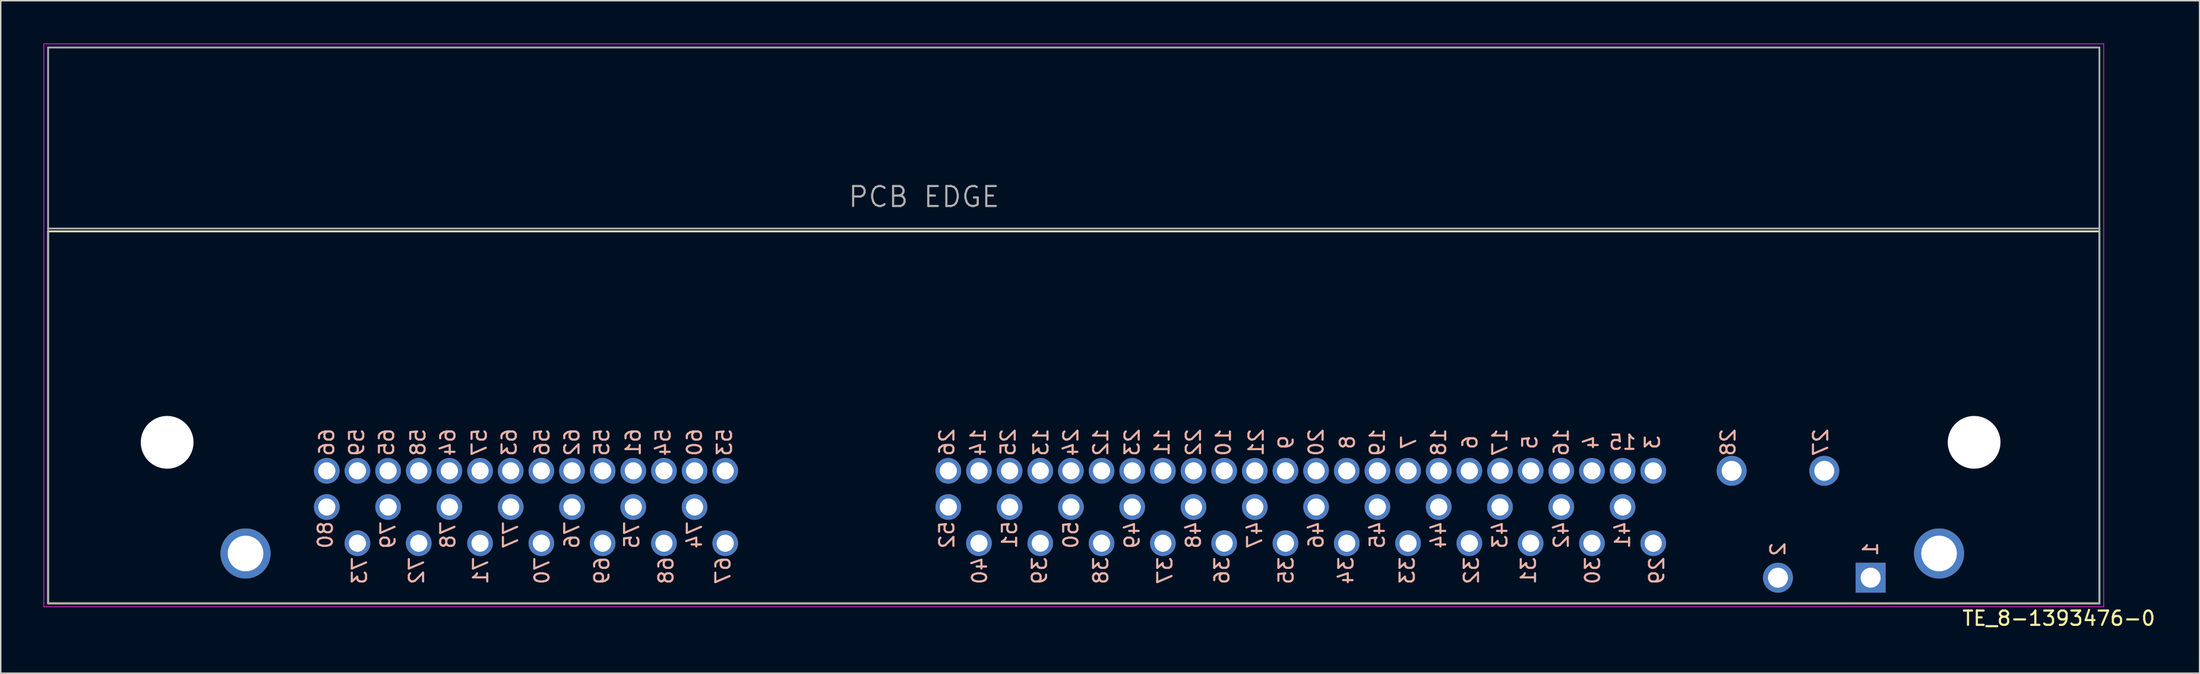
<source format=kicad_pcb>
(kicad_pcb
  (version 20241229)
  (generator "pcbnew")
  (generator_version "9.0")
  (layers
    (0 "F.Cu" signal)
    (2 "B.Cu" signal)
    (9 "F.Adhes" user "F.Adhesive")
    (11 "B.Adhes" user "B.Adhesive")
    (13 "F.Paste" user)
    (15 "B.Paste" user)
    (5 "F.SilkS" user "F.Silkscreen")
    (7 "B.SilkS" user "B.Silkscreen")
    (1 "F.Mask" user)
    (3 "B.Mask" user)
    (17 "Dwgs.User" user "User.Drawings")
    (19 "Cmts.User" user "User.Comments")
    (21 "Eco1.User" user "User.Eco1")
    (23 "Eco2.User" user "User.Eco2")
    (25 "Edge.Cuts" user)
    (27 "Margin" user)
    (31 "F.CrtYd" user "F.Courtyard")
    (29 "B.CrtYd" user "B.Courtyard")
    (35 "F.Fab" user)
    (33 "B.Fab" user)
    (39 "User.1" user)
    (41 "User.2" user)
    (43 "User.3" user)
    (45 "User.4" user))
  (footprint "TE_8-1393476-0"
    (layer "F.Cu")
    (at 128.175 37.485)
    (property "Reference" "TE_8-1393476-0" (at 13.2 2.85 180) (layer "F.SilkS") (effects (font (size 1.002 1.002) (thickness 0.15))))
    (attr through_hole)
    (fp_line (start -127.85 -24.3) (end -127.85 1.8) (stroke (width 0.127) (type solid)) (layer "F.SilkS"))
    (fp_line (start -127.85 1.8) (end 16.05 1.8) (stroke (width 0.127) (type solid)) (layer "F.SilkS"))
    (fp_line (start 16.05 -24.3) (end -127.85 -24.3) (stroke (width 0.127) (type solid)) (layer "F.SilkS"))
    (fp_line (start 16.05 1.8) (end 16.05 -24.3) (stroke (width 0.127) (type solid)) (layer "F.SilkS"))
    (fp_line (start -128.15 -37.46) (end -128.15 2.04) (stroke (width 0.05) (type solid)) (layer "F.CrtYd"))
    (fp_line (start -128.15 2.04) (end 16.35 2.04) (stroke (width 0.05) (type solid)) (layer "F.CrtYd"))
    (fp_line (start 16.35 -37.46) (end -128.15 -37.46) (stroke (width 0.05) (type solid)) (layer "F.CrtYd"))
    (fp_line (start 16.35 2.04) (end 16.35 -37.46) (stroke (width 0.05) (type solid)) (layer "F.CrtYd"))
    (fp_line (start -127.85 -37.2) (end -127.85 -24.5) (stroke (width 0.127) (type solid)) (layer "F.Fab"))
    (fp_line (start -127.85 -24.5) (end -127.85 1.8) (stroke (width 0.127) (type solid)) (layer "F.Fab"))
    (fp_line (start -127.85 1.8) (end 16.05 1.8) (stroke (width 0.127) (type solid)) (layer "F.Fab"))
    (fp_line (start 16.05 -37.2) (end -127.85 -37.2) (stroke (width 0.127) (type solid)) (layer "F.Fab"))
    (fp_line (start 16.05 -24.5) (end -127.85 -24.5) (stroke (width 0.127) (type solid)) (layer "F.Fab"))
    (fp_line (start 16.05 -24.5) (end 16.05 -37.2) (stroke (width 0.127) (type solid)) (layer "F.Fab"))
    (fp_line (start 16.05 1.8) (end 16.05 -24.5) (stroke (width 0.127) (type solid)) (layer "F.Fab"))
    (fp_text user "25" (at -60.5 -9.5 90) (unlocked yes) (layer "B.SilkS") (effects (font (size 1 1) (thickness 0.15)) (justify mirror)))
    (fp_text user "38" (at -54 -0.5 90) (unlocked yes) (layer "B.SilkS") (effects (font (size 1 1) (thickness 0.15)) (justify mirror)))
    (fp_text user "14" (at -62.6 -9.5 90) (unlocked yes) (layer "B.SilkS") (effects (font (size 1 1) (thickness 0.15)) (justify mirror)))
    (fp_text user "5" (at -23.9 -9.5 90) (unlocked yes) (layer "B.SilkS") (effects (font (size 1 1) (thickness 0.15)) (justify mirror)))
    (fp_text user "65" (at -104.1 -9.5 90) (unlocked yes) (layer "B.SilkS") (effects (font (size 1 1) (thickness 0.15)) (justify mirror)))
    (fp_text user "36" (at -45.5 -0.5 90) (unlocked yes) (layer "B.SilkS") (effects (font (size 1 1) (thickness 0.15)) (justify mirror)))
    (fp_text user "54" (at -84.7 -9.5 90) (unlocked yes) (layer "B.SilkS") (effects (font (size 1 1) (thickness 0.15)) (justify mirror)))
    (fp_text user "4" (at -19.6 -9.5 90) (unlocked yes) (layer "B.SilkS") (effects (font (size 1 1) (thickness 0.15)) (justify mirror)))
    (fp_text user "23" (at -51.8 -9.5 90) (unlocked yes) (layer "B.SilkS") (effects (font (size 1 1) (thickness 0.15)) (justify mirror)))
    (fp_text user "2" (at -6.5 -2 90) (unlocked yes) (layer "B.SilkS") (effects (font (size 1 1) (thickness 0.15)) (justify mirror)))
    (fp_text user "61" (at -86.8 -9.5 90) (unlocked yes) (layer "B.SilkS") (effects (font (size 1 1) (thickness 0.15)) (justify mirror)))
    (fp_text user "11" (at -49.7 -9.5 90) (unlocked yes) (layer "B.SilkS") (effects (font (size 1 1) (thickness 0.15)) (justify mirror)))
    (fp_text user "1" (at 0 -2 90) (unlocked yes) (layer "B.SilkS") (effects (font (size 1 1) (thickness 0.15)) (justify mirror)))
    (fp_text user "43" (at -26 -3 90) (unlocked yes) (layer "B.SilkS") (effects (font (size 1 1) (thickness 0.15)) (justify mirror)))
    (fp_text user "76" (at -91.1 -3 90) (unlocked yes) (layer "B.SilkS") (effects (font (size 1 1) (thickness 0.15)) (justify mirror)))
    (fp_text user "46" (at -38.9 -3 90) (unlocked yes) (layer "B.SilkS") (effects (font (size 1 1) (thickness 0.15)) (justify mirror)))
    (fp_text user "19" (at -34.6 -9.5 90) (unlocked yes) (layer "B.SilkS") (effects (font (size 1 1) (thickness 0.15)) (justify mirror)))
    (fp_text user "77" (at -95.4 -3 90) (unlocked yes) (layer "B.SilkS") (effects (font (size 1 1) (thickness 0.15)) (justify mirror)))
    (fp_text user "33" (at -32.5 -0.5 90) (unlocked yes) (layer "B.SilkS") (effects (font (size 1 1) (thickness 0.15)) (justify mirror)))
    (fp_text user "10" (at -45.4 -9.5 90) (unlocked yes) (layer "B.SilkS") (effects (font (size 1 1) (thickness 0.15)) (justify mirror)))
    (fp_text user "55" (at -89 -9.5 90) (unlocked yes) (layer "B.SilkS") (effects (font (size 1 1) (thickness 0.15)) (justify mirror)))
    (fp_text user "3" (at -15.3 -9.5 90) (unlocked yes) (layer "B.SilkS") (effects (font (size 1 1) (thickness 0.15)) (justify mirror)))
    (fp_text user "24" (at -56.1 -9.5 90) (unlocked yes) (layer "B.SilkS") (effects (font (size 1 1) (thickness 0.15)) (justify mirror)))
    (fp_text user "26" (at -64.8 -9.5 90) (unlocked yes) (layer "B.SilkS") (effects (font (size 1 1) (thickness 0.15)) (justify mirror)))
    (fp_text user "57" (at -97.6 -9.5 90) (unlocked yes) (layer "B.SilkS") (effects (font (size 1 1) (thickness 0.15)) (justify mirror)))
    (fp_text user "35" (at -41 -0.5 90) (unlocked yes) (layer "B.SilkS") (effects (font (size 1 1) (thickness 0.15)) (justify mirror)))
    (fp_text user "52" (at -64.8 -3 90) (unlocked yes) (layer "B.SilkS") (effects (font (size 1 1) (thickness 0.15)) (justify mirror)))
    (fp_text user "73" (at -106 -0.5 90) (unlocked yes) (layer "B.SilkS") (effects (font (size 1 1) (thickness 0.15)) (justify mirror)))
    (fp_text user "53" (at -80.4 -9.5 90) (unlocked yes) (layer "B.SilkS") (effects (font (size 1 1) (thickness 0.15)) (justify mirror)))
    (fp_text user "30" (at -19.5 -0.5 90) (unlocked yes) (layer "B.SilkS") (effects (font (size 1 1) (thickness 0.15)) (justify mirror)))
    (fp_text user "67" (at -80.5 -0.5 90) (unlocked yes) (layer "B.SilkS") (effects (font (size 1 1) (thickness 0.15)) (justify mirror)))
    (fp_text user "69" (at -89 -0.5 90) (unlocked yes) (layer "B.SilkS") (effects (font (size 1 1) (thickness 0.15)) (justify mirror)))
    (fp_text user "28" (at -10 -9.5 90) (unlocked yes) (layer "B.SilkS") (effects (font (size 1 1) (thickness 0.15)) (justify mirror)))
    (fp_text user "48" (at -47.5 -3 90) (unlocked yes) (layer "B.SilkS") (effects (font (size 1 1) (thickness 0.15)) (justify mirror)))
    (fp_text user "64" (at -99.8 -9.5 90) (unlocked yes) (layer "B.SilkS") (effects (font (size 1 1) (thickness 0.15)) (justify mirror)))
    (fp_text user "37" (at -49.5 -0.5 90) (unlocked yes) (layer "B.SilkS") (effects (font (size 1 1) (thickness 0.15)) (justify mirror)))
    (fp_text user "12" (at -54 -9.5 90) (unlocked yes) (layer "B.SilkS") (effects (font (size 1 1) (thickness 0.15)) (justify mirror)))
    (fp_text user "42" (at -21.7 -3 90) (unlocked yes) (layer "B.SilkS") (effects (font (size 1 1) (thickness 0.15)) (justify mirror)))
    (fp_text user "13" (at -58.2 -9.5 90) (unlocked yes) (layer "B.SilkS") (effects (font (size 1 1) (thickness 0.15)) (justify mirror)))
    (fp_text user "74" (at -82.5 -3 90) (unlocked yes) (layer "B.SilkS") (effects (font (size 1 1) (thickness 0.15)) (justify mirror)))
    (fp_text user "39" (at -58.3 -0.5 90) (unlocked yes) (layer "B.SilkS") (effects (font (size 1 1) (thickness 0.15)) (justify mirror)))
    (fp_text user "41" (at -17.4 -3 90) (unlocked yes) (layer "B.SilkS") (effects (font (size 1 1) (thickness 0.15)) (justify mirror)))
    (fp_text user "71" (at -97.5 -0.5 90) (unlocked yes) (layer "B.SilkS") (effects (font (size 1 1) (thickness 0.15)) (justify mirror)))
    (fp_text user "18" (at -30.3 -9.5 90) (unlocked yes) (layer "B.SilkS") (effects (font (size 1 1) (thickness 0.15)) (justify mirror)))
    (fp_text user "27" (at -3.5 -9.5 90) (unlocked yes) (layer "B.SilkS") (effects (font (size 1 1) (thickness 0.15)) (justify mirror)))
    (fp_text user "34" (at -36.8 -0.5 90) (unlocked yes) (layer "B.SilkS") (effects (font (size 1 1) (thickness 0.15)) (justify mirror)))
    (fp_text user "29" (at -15 -0.5 90) (unlocked yes) (layer "B.SilkS") (effects (font (size 1 1) (thickness 0.15)) (justify mirror)))
    (fp_text user "40" (at -62.5 -0.5 90) (unlocked yes) (layer "B.SilkS") (effects (font (size 1 1) (thickness 0.15)) (justify mirror)))
    (fp_text user "75" (at -86.9 -3 90) (unlocked yes) (layer "B.SilkS") (effects (font (size 1 1) (thickness 0.15)) (justify mirror)))
    (fp_text user "20" (at -38.9 -9.5 90) (unlocked yes) (layer "B.SilkS") (effects (font (size 1 1) (thickness 0.15)) (justify mirror)))
    (fp_text user "7" (at -32.4 -9.5 90) (unlocked yes) (layer "B.SilkS") (effects (font (size 1 1) (thickness 0.15)) (justify mirror)))
    (fp_text user "56" (at -93.2 -9.5 90) (unlocked yes) (layer "B.SilkS") (effects (font (size 1 1) (thickness 0.15)) (justify mirror)))
    (fp_text user "31" (at -24 -0.5 90) (unlocked yes) (layer "B.SilkS") (effects (font (size 1 1) (thickness 0.15)) (justify mirror)))
    (fp_text user "17" (at -26 -9.5 90) (unlocked yes) (layer "B.SilkS") (effects (font (size 1 1) (thickness 0.15)) (justify mirror)))
    (fp_text user "50" (at -56.1 -3 90) (unlocked yes) (layer "B.SilkS") (effects (font (size 1 1) (thickness 0.15)) (justify mirror)))
    (fp_text user "49" (at -51.8 -3 90) (unlocked yes) (layer "B.SilkS") (effects (font (size 1 1) (thickness 0.15)) (justify mirror)))
    (fp_text user "62" (at -91.1 -9.5 90) (unlocked yes) (layer "B.SilkS") (effects (font (size 1 1) (thickness 0.15)) (justify mirror)))
    (fp_text user "51" (at -60.4 -3 90) (unlocked yes) (layer "B.SilkS") (effects (font (size 1 1) (thickness 0.15)) (justify mirror)))
    (fp_text user "63" (at -95.5 -9.5 90) (unlocked yes) (layer "B.SilkS") (effects (font (size 1 1) (thickness 0.15)) (justify mirror)))
    (fp_text user "68" (at -84.5 -0.5 90) (unlocked yes) (layer "B.SilkS") (effects (font (size 1 1) (thickness 0.15)) (justify mirror)))
    (fp_text user "59" (at -106.2 -9.5 90) (unlocked yes) (layer "B.SilkS") (effects (font (size 1 1) (thickness 0.15)) (justify mirror)))
    (fp_text user "58" (at -101.9 -9.5 90) (unlocked yes) (layer "B.SilkS") (effects (font (size 1 1) (thickness 0.15)) (justify mirror)))
    (fp_text user "16" (at -21.7 -9.5 90) (unlocked yes) (layer "B.SilkS") (effects (font (size 1 1) (thickness 0.15)) (justify mirror)))
    (fp_text user "60" (at -82.5 -9.5 90) (unlocked yes) (layer "B.SilkS") (effects (font (size 1 1) (thickness 0.15)) (justify mirror)))
    (fp_text user "21" (at -43.1 -9.5 90) (unlocked yes) (layer "B.SilkS") (effects (font (size 1 1) (thickness 0.15)) (justify mirror)))
    (fp_text user "72" (at -102 -0.5 90) (unlocked yes) (layer "B.SilkS") (effects (font (size 1 1) (thickness 0.15)) (justify mirror)))
    (fp_text user "70" (at -93.2 -0.5 90) (unlocked yes) (layer "B.SilkS") (effects (font (size 1 1) (thickness 0.15)) (justify mirror)))
    (fp_text user "78" (at -99.8 -3 90) (unlocked yes) (layer "B.SilkS") (effects (font (size 1 1) (thickness 0.15)) (justify mirror)))
    (fp_text user "80" (at -108.4 -3 90) (unlocked yes) (layer "B.SilkS") (effects (font (size 1 1) (thickness 0.15)) (justify mirror)))
    (fp_text user "9" (at -41 -9.5 90) (unlocked yes) (layer "B.SilkS") (effects (font (size 1 1) (thickness 0.15)) (justify mirror)))
    (fp_text user "44" (at -30.3 -3 90) (unlocked yes) (layer "B.SilkS") (effects (font (size 1 1) (thickness 0.15)) (justify mirror)))
    (fp_text user "32" (at -28 -0.5 90) (unlocked yes) (layer "B.SilkS") (effects (font (size 1 1) (thickness 0.15)) (justify mirror)))
    (fp_text user "79" (at -104 -3 90) (unlocked yes) (layer "B.SilkS") (effects (font (size 1 1) (thickness 0.15)) (justify mirror)))
    (fp_text user "66" (at -108.3 -9.5 90) (unlocked yes) (layer "B.SilkS") (effects (font (size 1 1) (thickness 0.15)) (justify mirror)))
    (fp_text user "22" (at -47.5 -9.5 90) (unlocked yes) (layer "B.SilkS") (effects (font (size 1 1) (thickness 0.15)) (justify mirror)))
    (fp_text user "6" (at -28.1 -9.5 90) (unlocked yes) (layer "B.SilkS") (effects (font (size 1 1) (thickness 0.15)) (justify mirror)))
    (fp_text user "45" (at -34.6 -3 90) (unlocked yes) (layer "B.SilkS") (effects (font (size 1 1) (thickness 0.15)) (justify mirror)))
    (fp_text user "47" (at -43.2 -3 90) (unlocked yes) (layer "B.SilkS") (effects (font (size 1 1) (thickness 0.15)) (justify mirror)))
    (fp_text user "15" (at -17.4 -9.5 0) (unlocked yes) (layer "B.SilkS") (effects (font (size 1 1) (thickness 0.15)) (justify mirror)))
    (fp_text user "8" (at -36.7 -9.5 90) (unlocked yes) (layer "B.SilkS") (effects (font (size 1 1) (thickness 0.15)) (justify mirror)))
    (fp_text user "PCB EDGE" (at -66.406 -26.723 180) (layer "F.Fab") (effects (font (size 1.401 1.401) (thickness 0.15))))
    (pad "" np_thru_hole circle (at -119.5 -9.5 180) (size 3.7 3.7) (drill 3.7) (layers "*.Cu" "*.Mask"))
    (pad "" np_thru_hole circle (at 7.26 -9.5 180) (size 3.7 3.7) (drill 3.7) (layers "*.Cu" "*.Mask"))
    (pad "1" thru_hole rect (at 0 0 180) (size 2.1 2.1) (drill 1.4) (layers "*.Cu" "*.Mask"))
    (pad "2" thru_hole circle (at -6.5 0 180) (size 2.1 2.1) (drill 1.4) (layers "*.Cu" "*.Mask"))
    (pad "3" thru_hole circle (at -15.25 -7.5 180) (size 1.8 1.8) (drill 1.2) (layers "*.Cu" "*.Mask"))
    (pad "4" thru_hole circle (at -19.55 -7.5 180) (size 1.8 1.8) (drill 1.2) (layers "*.Cu" "*.Mask"))
    (pad "5" thru_hole circle (at -23.85 -7.5 180) (size 1.8 1.8) (drill 1.2) (layers "*.Cu" "*.Mask"))
    (pad "6" thru_hole circle (at -28.15 -7.5 180) (size 1.8 1.8) (drill 1.2) (layers "*.Cu" "*.Mask"))
    (pad "7" thru_hole circle (at -32.45 -7.5 180) (size 1.8 1.8) (drill 1.2) (layers "*.Cu" "*.Mask"))
    (pad "8" thru_hole circle (at -36.75 -7.5 180) (size 1.8 1.8) (drill 1.2) (layers "*.Cu" "*.Mask"))
    (pad "9" thru_hole circle (at -41.05 -7.5 180) (size 1.8 1.8) (drill 1.2) (layers "*.Cu" "*.Mask"))
    (pad "10" thru_hole circle (at -45.35 -7.5 180) (size 1.8 1.8) (drill 1.2) (layers "*.Cu" "*.Mask"))
    (pad "11" thru_hole circle (at -49.65 -7.5 180) (size 1.8 1.8) (drill 1.2) (layers "*.Cu" "*.Mask"))
    (pad "12" thru_hole circle (at -53.95 -7.5 180) (size 1.8 1.8) (drill 1.2) (layers "*.Cu" "*.Mask"))
    (pad "13" thru_hole circle (at -58.25 -7.5 180) (size 1.8 1.8) (drill 1.2) (layers "*.Cu" "*.Mask"))
    (pad "14" thru_hole circle (at -62.55 -7.5 180) (size 1.8 1.8) (drill 1.2) (layers "*.Cu" "*.Mask"))
    (pad "15" thru_hole circle (at -17.4 -7.5 180) (size 1.8 1.8) (drill 1.2) (layers "*.Cu" "*.Mask"))
    (pad "16" thru_hole circle (at -21.7 -7.5 180) (size 1.8 1.8) (drill 1.2) (layers "*.Cu" "*.Mask"))
    (pad "17" thru_hole circle (at -26 -7.5 180) (size 1.8 1.8) (drill 1.2) (layers "*.Cu" "*.Mask"))
    (pad "18" thru_hole circle (at -30.3 -7.5 180) (size 1.8 1.8) (drill 1.2) (layers "*.Cu" "*.Mask"))
    (pad "19" thru_hole circle (at -34.6 -7.5 180) (size 1.8 1.8) (drill 1.2) (layers "*.Cu" "*.Mask"))
    (pad "20" thru_hole circle (at -38.9 -7.5 180) (size 1.8 1.8) (drill 1.2) (layers "*.Cu" "*.Mask"))
    (pad "21" thru_hole circle (at -43.2 -7.5 180) (size 1.8 1.8) (drill 1.2) (layers "*.Cu" "*.Mask"))
    (pad "22" thru_hole circle (at -47.5 -7.5 180) (size 1.8 1.8) (drill 1.2) (layers "*.Cu" "*.Mask"))
    (pad "23" thru_hole circle (at -51.8 -7.5 180) (size 1.8 1.8) (drill 1.2) (layers "*.Cu" "*.Mask"))
    (pad "24" thru_hole circle (at -56.1 -7.5 180) (size 1.8 1.8) (drill 1.2) (layers "*.Cu" "*.Mask"))
    (pad "25" thru_hole circle (at -60.4 -7.5 180) (size 1.8 1.8) (drill 1.2) (layers "*.Cu" "*.Mask"))
    (pad "26" thru_hole circle (at -64.7 -7.5 180) (size 1.8 1.8) (drill 1.2) (layers "*.Cu" "*.Mask"))
    (pad "27" thru_hole circle (at -3.25 -7.5 180) (size 2.1 2.1) (drill 1.4) (layers "*.Cu" "*.Mask"))
    (pad "28" thru_hole circle (at -9.75 -7.5 180) (size 2.1 2.1) (drill 1.4) (layers "*.Cu" "*.Mask"))
    (pad "29" thru_hole circle (at -15.25 -2.42 180) (size 1.8 1.8) (drill 1.2) (layers "*.Cu" "*.Mask"))
    (pad "30" thru_hole circle (at -19.55 -2.42 180) (size 1.8 1.8) (drill 1.2) (layers "*.Cu" "*.Mask"))
    (pad "31" thru_hole circle (at -23.85 -2.42 180) (size 1.8 1.8) (drill 1.2) (layers "*.Cu" "*.Mask"))
    (pad "32" thru_hole circle (at -28.15 -2.42 180) (size 1.8 1.8) (drill 1.2) (layers "*.Cu" "*.Mask"))
    (pad "33" thru_hole circle (at -32.45 -2.42 180) (size 1.8 1.8) (drill 1.2) (layers "*.Cu" "*.Mask"))
    (pad "34" thru_hole circle (at -36.75 -2.42 180) (size 1.8 1.8) (drill 1.2) (layers "*.Cu" "*.Mask"))
    (pad "35" thru_hole circle (at -41.05 -2.42 180) (size 1.8 1.8) (drill 1.2) (layers "*.Cu" "*.Mask"))
    (pad "36" thru_hole circle (at -45.35 -2.42 180) (size 1.8 1.8) (drill 1.2) (layers "*.Cu" "*.Mask"))
    (pad "37" thru_hole circle (at -49.65 -2.42 180) (size 1.8 1.8) (drill 1.2) (layers "*.Cu" "*.Mask"))
    (pad "38" thru_hole circle (at -53.95 -2.42 180) (size 1.8 1.8) (drill 1.2) (layers "*.Cu" "*.Mask"))
    (pad "39" thru_hole circle (at -58.25 -2.42 180) (size 1.8 1.8) (drill 1.2) (layers "*.Cu" "*.Mask"))
    (pad "40" thru_hole circle (at -62.55 -2.42 180) (size 1.8 1.8) (drill 1.2) (layers "*.Cu" "*.Mask"))
    (pad "41" thru_hole circle (at -17.4 -4.96 180) (size 1.8 1.8) (drill 1.2) (layers "*.Cu" "*.Mask"))
    (pad "42" thru_hole circle (at -21.7 -4.96 180) (size 1.8 1.8) (drill 1.2) (layers "*.Cu" "*.Mask"))
    (pad "43" thru_hole circle (at -26 -4.96 180) (size 1.8 1.8) (drill 1.2) (layers "*.Cu" "*.Mask"))
    (pad "44" thru_hole circle (at -30.3 -4.96 180) (size 1.8 1.8) (drill 1.2) (layers "*.Cu" "*.Mask"))
    (pad "45" thru_hole circle (at -34.6 -4.96 180) (size 1.8 1.8) (drill 1.2) (layers "*.Cu" "*.Mask"))
    (pad "46" thru_hole circle (at -38.9 -4.96 180) (size 1.8 1.8) (drill 1.2) (layers "*.Cu" "*.Mask"))
    (pad "47" thru_hole circle (at -43.2 -4.96 180) (size 1.8 1.8) (drill 1.2) (layers "*.Cu" "*.Mask"))
    (pad "48" thru_hole circle (at -47.5 -4.96 180) (size 1.8 1.8) (drill 1.2) (layers "*.Cu" "*.Mask"))
    (pad "49" thru_hole circle (at -51.8 -4.96 180) (size 1.8 1.8) (drill 1.2) (layers "*.Cu" "*.Mask"))
    (pad "50" thru_hole circle (at -56.1 -4.96 180) (size 1.8 1.8) (drill 1.2) (layers "*.Cu" "*.Mask"))
    (pad "51" thru_hole circle (at -60.4 -4.96 180) (size 1.8 1.8) (drill 1.2) (layers "*.Cu" "*.Mask"))
    (pad "52" thru_hole circle (at -64.7 -4.96 180) (size 1.8 1.8) (drill 1.2) (layers "*.Cu" "*.Mask"))
    (pad "53" thru_hole circle (at -80.35 -7.5 180) (size 1.8 1.8) (drill 1.2) (layers "*.Cu" "*.Mask"))
    (pad "54" thru_hole circle (at -84.65 -7.5 180) (size 1.8 1.8) (drill 1.2) (layers "*.Cu" "*.Mask"))
    (pad "55" thru_hole circle (at -88.95 -7.5 180) (size 1.8 1.8) (drill 1.2) (layers "*.Cu" "*.Mask"))
    (pad "56" thru_hole circle (at -93.25 -7.5 180) (size 1.8 1.8) (drill 1.2) (layers "*.Cu" "*.Mask"))
    (pad "57" thru_hole circle (at -97.55 -7.5 180) (size 1.8 1.8) (drill 1.2) (layers "*.Cu" "*.Mask"))
    (pad "58" thru_hole circle (at -101.85 -7.5 180) (size 1.8 1.8) (drill 1.2) (layers "*.Cu" "*.Mask"))
    (pad "59" thru_hole circle (at -106.15 -7.5 180) (size 1.8 1.8) (drill 1.2) (layers "*.Cu" "*.Mask"))
    (pad "60" thru_hole circle (at -82.5 -7.5 180) (size 1.8 1.8) (drill 1.2) (layers "*.Cu" "*.Mask"))
    (pad "61" thru_hole circle (at -86.8 -7.5 180) (size 1.8 1.8) (drill 1.2) (layers "*.Cu" "*.Mask"))
    (pad "62" thru_hole circle (at -91.1 -7.5 180) (size 1.8 1.8) (drill 1.2) (layers "*.Cu" "*.Mask"))
    (pad "63" thru_hole circle (at -95.4 -7.5 180) (size 1.8 1.8) (drill 1.2) (layers "*.Cu" "*.Mask"))
    (pad "64" thru_hole circle (at -99.7 -7.5 180) (size 1.8 1.8) (drill 1.2) (layers "*.Cu" "*.Mask"))
    (pad "65" thru_hole circle (at -104 -7.5 180) (size 1.8 1.8) (drill 1.2) (layers "*.Cu" "*.Mask"))
    (pad "66" thru_hole circle (at -108.3 -7.5 180) (size 1.8 1.8) (drill 1.2) (layers "*.Cu" "*.Mask"))
    (pad "67" thru_hole circle (at -80.35 -2.42 180) (size 1.8 1.8) (drill 1.2) (layers "*.Cu" "*.Mask"))
    (pad "68" thru_hole circle (at -84.65 -2.42 180) (size 1.8 1.8) (drill 1.2) (layers "*.Cu" "*.Mask"))
    (pad "69" thru_hole circle (at -88.95 -2.42 180) (size 1.8 1.8) (drill 1.2) (layers "*.Cu" "*.Mask"))
    (pad "70" thru_hole circle (at -93.25 -2.42 180) (size 1.8 1.8) (drill 1.2) (layers "*.Cu" "*.Mask"))
    (pad "71" thru_hole circle (at -97.55 -2.42 180) (size 1.8 1.8) (drill 1.2) (layers "*.Cu" "*.Mask"))
    (pad "72" thru_hole circle (at -101.85 -2.42 180) (size 1.8 1.8) (drill 1.2) (layers "*.Cu" "*.Mask"))
    (pad "73" thru_hole circle (at -106.15 -2.42 180) (size 1.8 1.8) (drill 1.2) (layers "*.Cu" "*.Mask"))
    (pad "74" thru_hole circle (at -82.5 -4.96 180) (size 1.8 1.8) (drill 1.2) (layers "*.Cu" "*.Mask"))
    (pad "75" thru_hole circle (at -86.8 -4.96 180) (size 1.8 1.8) (drill 1.2) (layers "*.Cu" "*.Mask"))
    (pad "76" thru_hole circle (at -91.1 -4.96 180) (size 1.8 1.8) (drill 1.2) (layers "*.Cu" "*.Mask"))
    (pad "77" thru_hole circle (at -95.4 -4.96 180) (size 1.8 1.8) (drill 1.2) (layers "*.Cu" "*.Mask"))
    (pad "78" thru_hole circle (at -99.7 -4.96 180) (size 1.8 1.8) (drill 1.2) (layers "*.Cu" "*.Mask"))
    (pad "79" thru_hole circle (at -104 -4.96 180) (size 1.8 1.8) (drill 1.2) (layers "*.Cu" "*.Mask"))
    (pad "80" thru_hole circle (at -108.3 -4.96 180) (size 1.8 1.8) (drill 1.2) (layers "*.Cu" "*.Mask"))
    (pad "81" thru_hole circle (at 4.8 -1.7 180) (size 3.516 3.516) (drill 2.5) (layers "*.Cu" "*.Mask"))
    (pad "82" thru_hole circle (at -114 -1.7 180) (size 3.516 3.516) (drill 2.5) (layers "*.Cu" "*.Mask")))
  (gr_rect
    (start -3 -3)
    (end 151.251 44.185)
    (stroke (width 0.1) (type default))
    (fill no)
    (layer "Edge.Cuts")))
</source>
